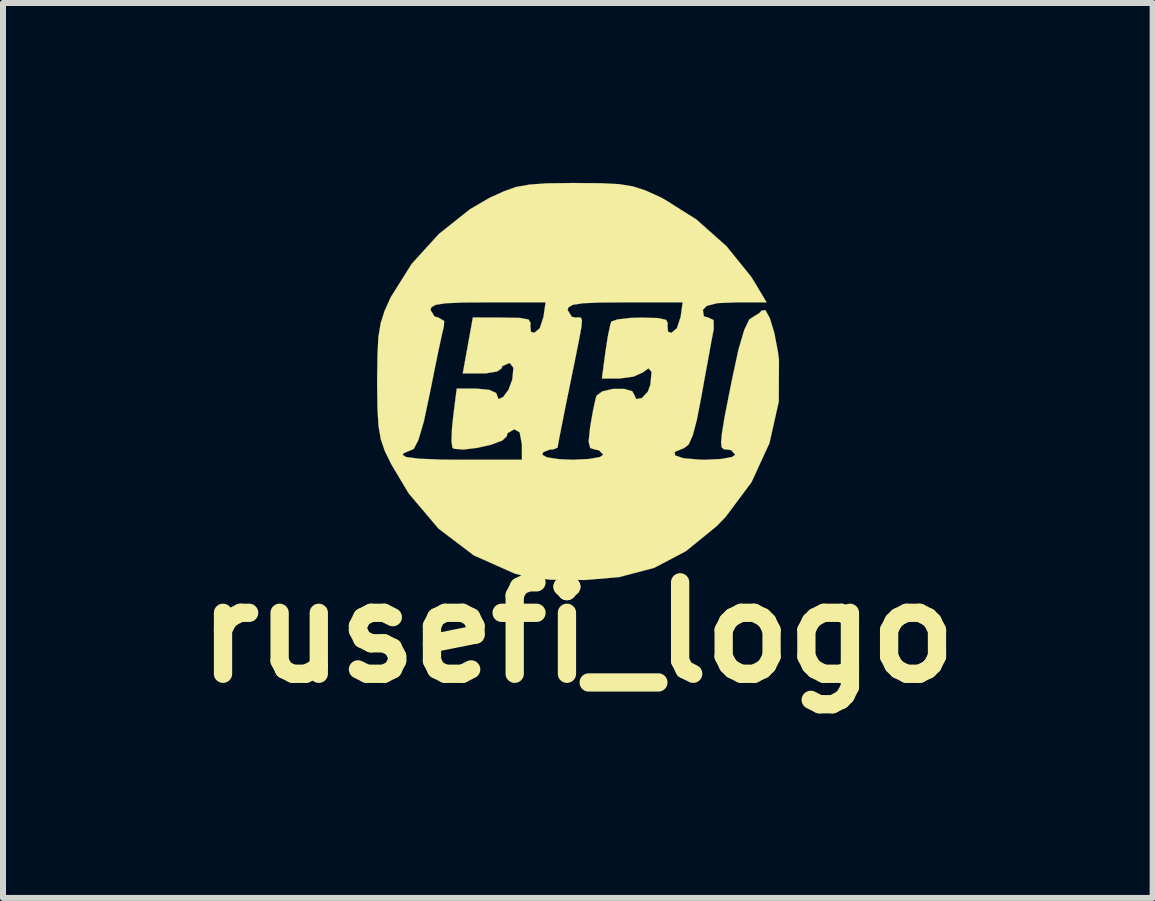
<source format=kicad_pcb>
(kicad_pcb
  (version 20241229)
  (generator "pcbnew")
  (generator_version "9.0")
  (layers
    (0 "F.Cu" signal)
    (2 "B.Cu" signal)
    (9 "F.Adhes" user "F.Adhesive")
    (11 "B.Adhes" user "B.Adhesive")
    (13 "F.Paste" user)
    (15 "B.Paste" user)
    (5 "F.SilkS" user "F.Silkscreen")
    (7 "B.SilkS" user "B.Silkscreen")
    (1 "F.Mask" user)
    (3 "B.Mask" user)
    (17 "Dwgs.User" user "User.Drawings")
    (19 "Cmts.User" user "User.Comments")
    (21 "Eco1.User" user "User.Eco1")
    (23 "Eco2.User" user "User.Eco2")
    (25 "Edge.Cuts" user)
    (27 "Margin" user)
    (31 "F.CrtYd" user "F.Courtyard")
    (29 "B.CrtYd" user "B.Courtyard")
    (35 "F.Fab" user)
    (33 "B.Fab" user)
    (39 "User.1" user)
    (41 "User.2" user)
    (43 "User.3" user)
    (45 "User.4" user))
  (footprint "rusefi_logo"
    (layer "F.Cu")
    (at 6.582 3.344)
    (property "Reference" "rusefi_logo" (at 0 4.148 0) (layer "F.SilkS") (effects (font (size 1.524 1.524) (thickness 0.305))))
    (attr through_hole)
    (fp_poly (pts (xy 3.353 -0.396) (xy 3.35 0.3) (xy 3.195 0.991) (xy 2.896 1.643) (xy 2.466 2.22) (xy 2.314 2.377) (xy 1.801 2.794) (xy 1.275 3.071) (xy 0.688 3.226) (xy 0.127 3.274) (xy -0.467 3.269) (xy -0.927 3.2) (xy -1.057 3.165) (xy -1.735 2.863) (xy -2.322 2.418) (xy -2.819 1.831) (xy -3.109 1.346) (xy -3.216 1.128) (xy -3.284 0.93) (xy -3.322 0.709) (xy -3.34 0.419) (xy -3.345 0.01) (xy -3.345 -0.043) (xy -3.34 -0.467) (xy -3.325 -0.772) (xy -3.287 -1.003) (xy -3.221 -1.212) (xy -3.117 -1.443) (xy -3.101 -1.468) (xy -2.769 -1.996) (xy -2.316 -2.494) (xy -1.798 -2.906) (xy -1.476 -3.094) (xy -1.237 -3.203) (xy -1.031 -3.277) (xy -0.805 -3.317) (xy -0.516 -3.338) (xy -0.109 -3.343) (xy -0.041 -3.343) (xy 0.378 -3.34) (xy 0.681 -3.325) (xy 0.909 -3.289) (xy 1.118 -3.223) (xy 1.354 -3.117) (xy 1.44 -3.073) (xy 1.976 -2.736) (xy 2.479 -2.289) (xy 2.888 -1.783) (xy 2.957 -1.671) (xy 3.147 -1.354) (xy 2.639 -1.354) (xy 2.327 -1.341) (xy 2.149 -1.295) (xy 2.085 -1.229) (xy 2.101 -1.12) (xy 2.172 -1.102) (xy 2.263 -1.059) (xy 2.266 -0.907) (xy 2.258 -0.869) (xy 2.223 -0.686) (xy 2.169 -0.386) (xy 2.101 -0.018) (xy 2.062 0.203) (xy 1.984 0.605) (xy 1.915 0.866) (xy 1.847 1.016) (xy 1.77 1.077) (xy 1.76 1.079) (xy 1.748 1.085) (xy 1.748 -1.354) (xy 0.79 -1.354) (xy 0.366 -1.351) (xy 0.084 -1.339) (xy -0.081 -1.313) (xy -0.155 -1.273) (xy -0.17 -1.227) (xy -0.102 -1.115) (xy -0.043 -1.1) (xy 0.015 -1.105) (xy 0.053 -1.097) (xy 0.069 -1.054) (xy 0.061 -0.95) (xy 0.025 -0.754) (xy -0.036 -0.447) (xy -0.127 0) (xy -0.208 0.396) (xy -0.274 0.729) (xy -0.32 0.963) (xy -0.338 1.067) (xy -0.338 1.069) (xy -0.409 1.097) (xy -0.465 1.1) (xy -0.538 1.128) (xy -0.538 -1.354) (xy -1.496 -1.354) (xy -1.92 -1.351) (xy -2.202 -1.339) (xy -2.367 -1.313) (xy -2.441 -1.273) (xy -2.456 -1.227) (xy -2.388 -1.118) (xy -2.324 -1.1) (xy -2.228 -1.044) (xy -2.233 -0.953) (xy -2.266 -0.813) (xy -2.324 -0.546) (xy -2.395 -0.196) (xy -2.464 0.147) (xy -2.565 0.625) (xy -2.657 0.94) (xy -2.733 1.087) (xy -2.758 1.1) (xy -2.898 1.158) (xy -2.921 1.186) (xy -2.865 1.224) (xy -2.649 1.252) (xy -2.278 1.267) (xy -1.953 1.27) (xy -0.932 1.27) (xy -0.932 1.016) (xy -0.97 0.813) (xy -1.059 0.762) (xy -1.171 0.826) (xy -1.186 0.881) (xy -1.26 0.95) (xy -1.445 1.019) (xy -1.679 1.072) (xy -1.905 1.1) (xy -2.062 1.087) (xy -2.09 1.069) (xy -2.106 0.968) (xy -2.098 0.749) (xy -2.078 0.554) (xy -2.019 0.084) (xy -1.687 0.084) (xy -1.478 0.104) (xy -1.361 0.157) (xy -1.354 0.175) (xy -1.321 0.259) (xy -1.245 0.224) (xy -1.156 0.104) (xy -1.092 -0.069) (xy -1.092 -0.071) (xy -1.074 -0.264) (xy -1.13 -0.338) (xy -1.153 -0.338) (xy -1.26 -0.29) (xy -1.27 -0.254) (xy -1.346 -0.201) (xy -1.532 -0.17) (xy -1.595 -0.17) (xy -1.918 -0.17) (xy -1.834 -0.635) (xy -1.75 -1.102) (xy -1.247 -1.1) (xy -0.965 -1.095) (xy -0.82 -1.067) (xy -0.785 -1.008) (xy -0.792 -0.973) (xy -0.782 -0.864) (xy -0.726 -0.846) (xy -0.635 -0.922) (xy -0.577 -1.097) (xy -0.574 -1.1) (xy -0.538 -1.354) (xy -0.538 1.128) (xy -0.579 1.146) (xy -0.592 1.186) (xy -0.516 1.229) (xy -0.315 1.26) (xy -0.084 1.27) (xy 0.185 1.257) (xy 0.368 1.224) (xy 0.424 1.186) (xy 0.353 1.113) (xy 0.287 1.1) (xy 0.206 1.074) (xy 0.18 0.968) (xy 0.203 0.742) (xy 0.208 0.709) (xy 0.254 0.447) (xy 0.297 0.249) (xy 0.312 0.201) (xy 0.409 0.13) (xy 0.584 0.089) (xy 0.775 0.089) (xy 0.907 0.127) (xy 0.932 0.17) (xy 0.973 0.259) (xy 1.067 0.241) (xy 1.166 0.137) (xy 1.209 0.02) (xy 1.229 -0.193) (xy 1.179 -0.254) (xy 1.082 -0.185) (xy 0.932 -0.117) (xy 0.709 -0.086) (xy 0.691 -0.084) (xy 0.401 -0.084) (xy 0.46 -0.526) (xy 0.5 -0.787) (xy 0.541 -0.978) (xy 0.559 -1.034) (xy 0.66 -1.069) (xy 0.879 -1.095) (xy 1.072 -1.1) (xy 1.341 -1.092) (xy 1.473 -1.062) (xy 1.501 -1.001) (xy 1.494 -0.975) (xy 1.504 -0.864) (xy 1.56 -0.846) (xy 1.651 -0.922) (xy 1.709 -1.097) (xy 1.712 -1.1) (xy 1.748 -1.354) (xy 1.748 1.085) (xy 1.615 1.14) (xy 1.623 1.199) (xy 1.763 1.245) (xy 2.019 1.267) (xy 2.116 1.27) (xy 2.388 1.257) (xy 2.57 1.224) (xy 2.624 1.186) (xy 2.555 1.11) (xy 2.497 1.1) (xy 2.436 1.095) (xy 2.398 1.064) (xy 2.388 0.983) (xy 2.403 0.823) (xy 2.446 0.561) (xy 2.522 0.173) (xy 2.573 -0.081) (xy 2.677 -0.564) (xy 2.774 -0.894) (xy 2.855 -1.064) (xy 2.885 -1.087) (xy 3.033 -1.181) (xy 3.063 -1.217) (xy 3.127 -1.224) (xy 3.2 -1.092) (xy 3.274 -0.851) (xy 3.335 -0.533) (xy 3.353 -0.396)) (stroke (width 0.003) (type solid)) (fill yes) (layer "F.SilkS")))
  (gr_rect
    (start -3 -3)
    (end 16.164 11.918)
    (stroke (width 0.1) (type default))
    (fill no)
    (layer "Edge.Cuts")))
</source>
